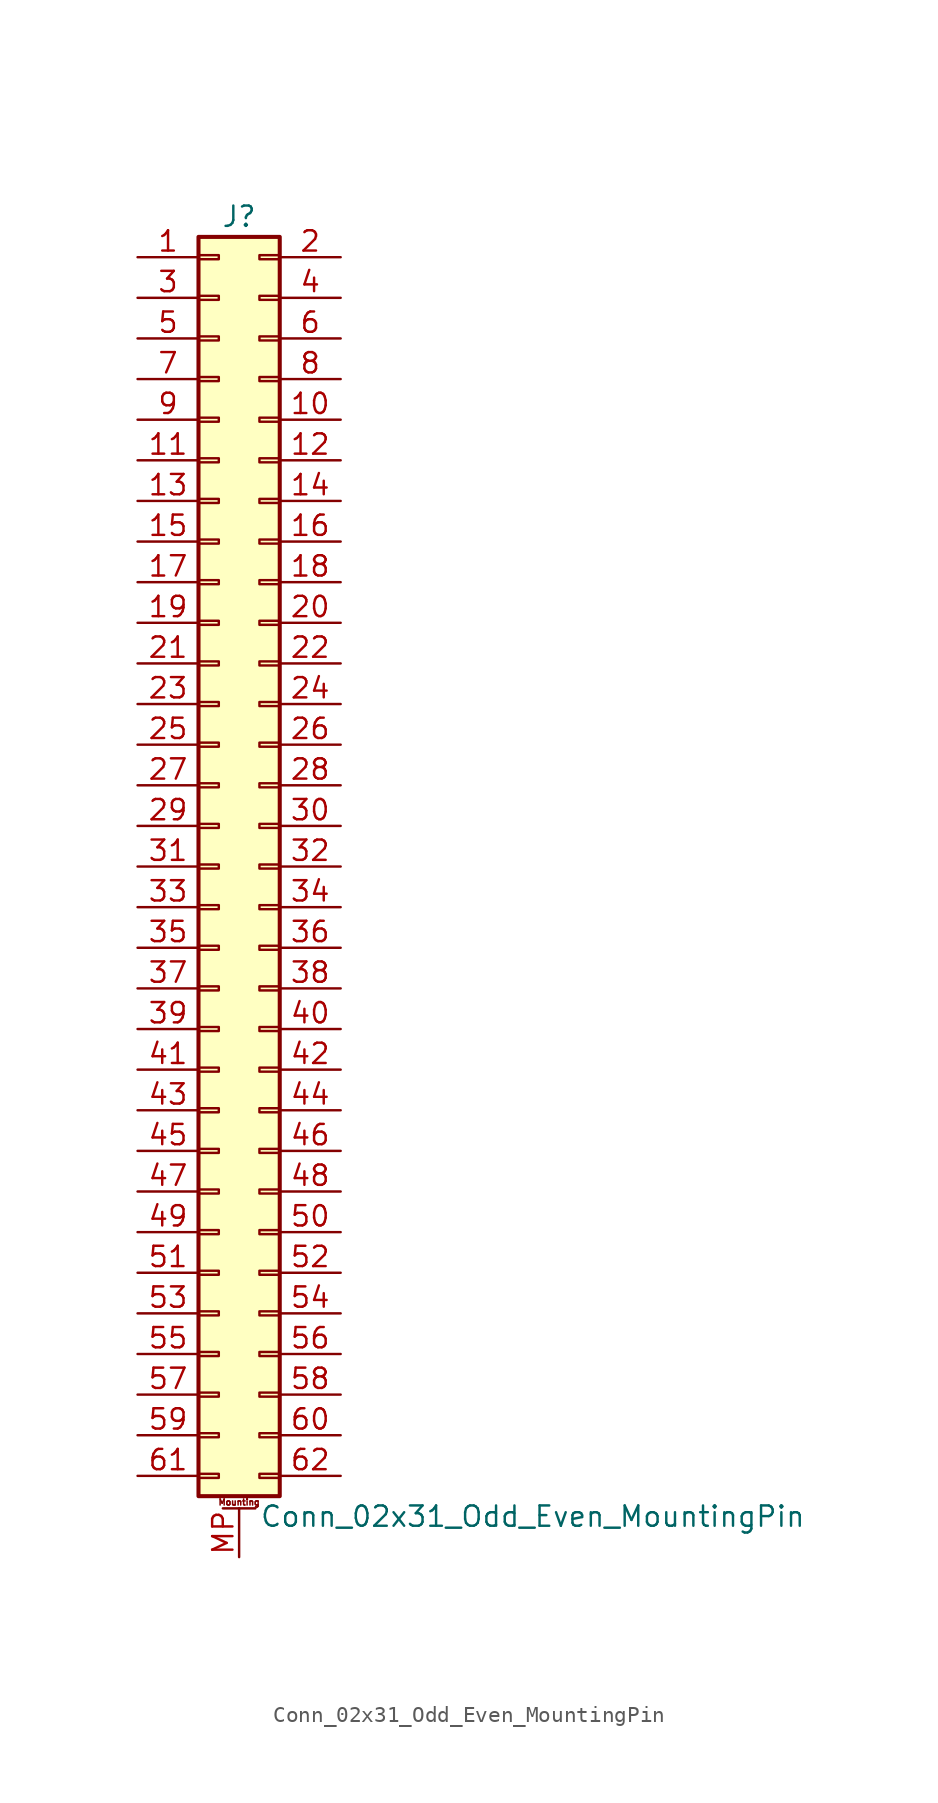
<source format=kicad_sym>
(kicad_symbol_lib
  (version 20211014)
  (generator kicad_symbol_editor)
  (symbol "Conn_02x31_Odd_Even_MountingPin"
    (pin_names
      (offset 1.016) hide)
    (property "Reference" "J"
      (at 1.27 40.64 0)
      (effects (font (size 1.27 1.27))))
    (property "Value" "Conn_02x31_Odd_Even_MountingPin"
      (at 2.54 -40.64 0)
      (effects (font (size 1.27 1.27)) (justify left)))
    (symbol "Conn_02x31_Odd_Even_MountingPin_1_1"
      (rectangle (start -1.27 -37.973) (end 0 -38.227) (stroke (width 0.152) (type default) (color 0 0 0 0)) (fill (type none)))
      (rectangle (start -1.27 -35.433) (end 0 -35.687) (stroke (width 0.152) (type default) (color 0 0 0 0)) (fill (type none)))
      (rectangle (start -1.27 -32.893) (end 0 -33.147) (stroke (width 0.152) (type default) (color 0 0 0 0)) (fill (type none)))
      (rectangle (start -1.27 -30.353) (end 0 -30.607) (stroke (width 0.152) (type default) (color 0 0 0 0)) (fill (type none)))
      (rectangle (start -1.27 -27.813) (end 0 -28.067) (stroke (width 0.152) (type default) (color 0 0 0 0)) (fill (type none)))
      (rectangle (start -1.27 -25.273) (end 0 -25.527) (stroke (width 0.152) (type default) (color 0 0 0 0)) (fill (type none)))
      (rectangle (start -1.27 -22.733) (end 0 -22.987) (stroke (width 0.152) (type default) (color 0 0 0 0)) (fill (type none)))
      (rectangle (start -1.27 -20.193) (end 0 -20.447) (stroke (width 0.152) (type default) (color 0 0 0 0)) (fill (type none)))
      (rectangle (start -1.27 -17.653) (end 0 -17.907) (stroke (width 0.152) (type default) (color 0 0 0 0)) (fill (type none)))
      (rectangle (start -1.27 -15.113) (end 0 -15.367) (stroke (width 0.152) (type default) (color 0 0 0 0)) (fill (type none)))
      (rectangle (start -1.27 -12.573) (end 0 -12.827) (stroke (width 0.152) (type default) (color 0 0 0 0)) (fill (type none)))
      (rectangle (start -1.27 -10.033) (end 0 -10.287) (stroke (width 0.152) (type default) (color 0 0 0 0)) (fill (type none)))
      (rectangle (start -1.27 -7.493) (end 0 -7.747) (stroke (width 0.152) (type default) (color 0 0 0 0)) (fill (type none)))
      (rectangle (start -1.27 -4.953) (end 0 -5.207) (stroke (width 0.152) (type default) (color 0 0 0 0)) (fill (type none)))
      (rectangle (start -1.27 -2.413) (end 0 -2.667) (stroke (width 0.152) (type default) (color 0 0 0 0)) (fill (type none)))
      (rectangle (start -1.27 0.127) (end 0 -0.127) (stroke (width 0.152) (type default) (color 0 0 0 0)) (fill (type none)))
      (rectangle (start -1.27 2.667) (end 0 2.413) (stroke (width 0.152) (type default) (color 0 0 0 0)) (fill (type none)))
      (rectangle (start -1.27 5.207) (end 0 4.953) (stroke (width 0.152) (type default) (color 0 0 0 0)) (fill (type none)))
      (rectangle (start -1.27 7.747) (end 0 7.493) (stroke (width 0.152) (type default) (color 0 0 0 0)) (fill (type none)))
      (rectangle (start -1.27 10.287) (end 0 10.033) (stroke (width 0.152) (type default) (color 0 0 0 0)) (fill (type none)))
      (rectangle (start -1.27 12.827) (end 0 12.573) (stroke (width 0.152) (type default) (color 0 0 0 0)) (fill (type none)))
      (rectangle (start -1.27 15.367) (end 0 15.113) (stroke (width 0.152) (type default) (color 0 0 0 0)) (fill (type none)))
      (rectangle (start -1.27 17.907) (end 0 17.653) (stroke (width 0.152) (type default) (color 0 0 0 0)) (fill (type none)))
      (rectangle (start -1.27 20.447) (end 0 20.193) (stroke (width 0.152) (type default) (color 0 0 0 0)) (fill (type none)))
      (rectangle (start -1.27 22.987) (end 0 22.733) (stroke (width 0.152) (type default) (color 0 0 0 0)) (fill (type none)))
      (rectangle (start -1.27 25.527) (end 0 25.273) (stroke (width 0.152) (type default) (color 0 0 0 0)) (fill (type none)))
      (rectangle (start -1.27 28.067) (end 0 27.813) (stroke (width 0.152) (type default) (color 0 0 0 0)) (fill (type none)))
      (rectangle (start -1.27 30.607) (end 0 30.353) (stroke (width 0.152) (type default) (color 0 0 0 0)) (fill (type none)))
      (rectangle (start -1.27 33.147) (end 0 32.893) (stroke (width 0.152) (type default) (color 0 0 0 0)) (fill (type none)))
      (rectangle (start -1.27 35.687) (end 0 35.433) (stroke (width 0.152) (type default) (color 0 0 0 0)) (fill (type none)))
      (rectangle (start -1.27 38.227) (end 0 37.973) (stroke (width 0.152) (type default) (color 0 0 0 0)) (fill (type none)))
      (rectangle (start -1.27 39.37) (end 3.81 -39.37) (stroke (width 0.254) (type default) (color 0 0 0 0)) (fill (type background)))
      (polyline (pts (xy 0.254 -40.132) (xy 2.286 -40.132)) (stroke (width 0.152) (type default) (color 0 0 0 0)) (fill (type none)))
      (rectangle (start 3.81 -37.973) (end 2.54 -38.227) (stroke (width 0.152) (type default) (color 0 0 0 0)) (fill (type none)))
      (rectangle (start 3.81 -35.433) (end 2.54 -35.687) (stroke (width 0.152) (type default) (color 0 0 0 0)) (fill (type none)))
      (rectangle (start 3.81 -32.893) (end 2.54 -33.147) (stroke (width 0.152) (type default) (color 0 0 0 0)) (fill (type none)))
      (rectangle (start 3.81 -30.353) (end 2.54 -30.607) (stroke (width 0.152) (type default) (color 0 0 0 0)) (fill (type none)))
      (rectangle (start 3.81 -27.813) (end 2.54 -28.067) (stroke (width 0.152) (type default) (color 0 0 0 0)) (fill (type none)))
      (rectangle (start 3.81 -25.273) (end 2.54 -25.527) (stroke (width 0.152) (type default) (color 0 0 0 0)) (fill (type none)))
      (rectangle (start 3.81 -22.733) (end 2.54 -22.987) (stroke (width 0.152) (type default) (color 0 0 0 0)) (fill (type none)))
      (rectangle (start 3.81 -20.193) (end 2.54 -20.447) (stroke (width 0.152) (type default) (color 0 0 0 0)) (fill (type none)))
      (rectangle (start 3.81 -17.653) (end 2.54 -17.907) (stroke (width 0.152) (type default) (color 0 0 0 0)) (fill (type none)))
      (rectangle (start 3.81 -15.113) (end 2.54 -15.367) (stroke (width 0.152) (type default) (color 0 0 0 0)) (fill (type none)))
      (rectangle (start 3.81 -12.573) (end 2.54 -12.827) (stroke (width 0.152) (type default) (color 0 0 0 0)) (fill (type none)))
      (rectangle (start 3.81 -10.033) (end 2.54 -10.287) (stroke (width 0.152) (type default) (color 0 0 0 0)) (fill (type none)))
      (rectangle (start 3.81 -7.493) (end 2.54 -7.747) (stroke (width 0.152) (type default) (color 0 0 0 0)) (fill (type none)))
      (rectangle (start 3.81 -4.953) (end 2.54 -5.207) (stroke (width 0.152) (type default) (color 0 0 0 0)) (fill (type none)))
      (rectangle (start 3.81 -2.413) (end 2.54 -2.667) (stroke (width 0.152) (type default) (color 0 0 0 0)) (fill (type none)))
      (rectangle (start 3.81 0.127) (end 2.54 -0.127) (stroke (width 0.152) (type default) (color 0 0 0 0)) (fill (type none)))
      (rectangle (start 3.81 2.667) (end 2.54 2.413) (stroke (width 0.152) (type default) (color 0 0 0 0)) (fill (type none)))
      (rectangle (start 3.81 5.207) (end 2.54 4.953) (stroke (width 0.152) (type default) (color 0 0 0 0)) (fill (type none)))
      (rectangle (start 3.81 7.747) (end 2.54 7.493) (stroke (width 0.152) (type default) (color 0 0 0 0)) (fill (type none)))
      (rectangle (start 3.81 10.287) (end 2.54 10.033) (stroke (width 0.152) (type default) (color 0 0 0 0)) (fill (type none)))
      (rectangle (start 3.81 12.827) (end 2.54 12.573) (stroke (width 0.152) (type default) (color 0 0 0 0)) (fill (type none)))
      (rectangle (start 3.81 15.367) (end 2.54 15.113) (stroke (width 0.152) (type default) (color 0 0 0 0)) (fill (type none)))
      (rectangle (start 3.81 17.907) (end 2.54 17.653) (stroke (width 0.152) (type default) (color 0 0 0 0)) (fill (type none)))
      (rectangle (start 3.81 20.447) (end 2.54 20.193) (stroke (width 0.152) (type default) (color 0 0 0 0)) (fill (type none)))
      (rectangle (start 3.81 22.987) (end 2.54 22.733) (stroke (width 0.152) (type default) (color 0 0 0 0)) (fill (type none)))
      (rectangle (start 3.81 25.527) (end 2.54 25.273) (stroke (width 0.152) (type default) (color 0 0 0 0)) (fill (type none)))
      (rectangle (start 3.81 28.067) (end 2.54 27.813) (stroke (width 0.152) (type default) (color 0 0 0 0)) (fill (type none)))
      (rectangle (start 3.81 30.607) (end 2.54 30.353) (stroke (width 0.152) (type default) (color 0 0 0 0)) (fill (type none)))
      (rectangle (start 3.81 33.147) (end 2.54 32.893) (stroke (width 0.152) (type default) (color 0 0 0 0)) (fill (type none)))
      (rectangle (start 3.81 35.687) (end 2.54 35.433) (stroke (width 0.152) (type default) (color 0 0 0 0)) (fill (type none)))
      (rectangle (start 3.81 38.227) (end 2.54 37.973) (stroke (width 0.152) (type default) (color 0 0 0 0)) (fill (type none)))
      (text "Mounting" (at 1.27 -39.751 0) (effects (font (size 0.381 0.381))))
      (pin passive line (at -5.08 38.1 0) (length 3.81) (name "Pin_1" (effects (font (size 1.27 1.27)))) (number "1" (effects (font (size 1.27 1.27)))))
      (pin passive line (at 7.62 27.94 180) (length 3.81) (name "Pin_10" (effects (font (size 1.27 1.27)))) (number "10" (effects (font (size 1.27 1.27)))))
      (pin passive line (at -5.08 25.4 0) (length 3.81) (name "Pin_11" (effects (font (size 1.27 1.27)))) (number "11" (effects (font (size 1.27 1.27)))))
      (pin passive line (at 7.62 25.4 180) (length 3.81) (name "Pin_12" (effects (font (size 1.27 1.27)))) (number "12" (effects (font (size 1.27 1.27)))))
      (pin passive line (at -5.08 22.86 0) (length 3.81) (name "Pin_13" (effects (font (size 1.27 1.27)))) (number "13" (effects (font (size 1.27 1.27)))))
      (pin passive line (at 7.62 22.86 180) (length 3.81) (name "Pin_14" (effects (font (size 1.27 1.27)))) (number "14" (effects (font (size 1.27 1.27)))))
      (pin passive line (at -5.08 20.32 0) (length 3.81) (name "Pin_15" (effects (font (size 1.27 1.27)))) (number "15" (effects (font (size 1.27 1.27)))))
      (pin passive line (at 7.62 20.32 180) (length 3.81) (name "Pin_16" (effects (font (size 1.27 1.27)))) (number "16" (effects (font (size 1.27 1.27)))))
      (pin passive line (at -5.08 17.78 0) (length 3.81) (name "Pin_17" (effects (font (size 1.27 1.27)))) (number "17" (effects (font (size 1.27 1.27)))))
      (pin passive line (at 7.62 17.78 180) (length 3.81) (name "Pin_18" (effects (font (size 1.27 1.27)))) (number "18" (effects (font (size 1.27 1.27)))))
      (pin passive line (at -5.08 15.24 0) (length 3.81) (name "Pin_19" (effects (font (size 1.27 1.27)))) (number "19" (effects (font (size 1.27 1.27)))))
      (pin passive line (at 7.62 38.1 180) (length 3.81) (name "Pin_2" (effects (font (size 1.27 1.27)))) (number "2" (effects (font (size 1.27 1.27)))))
      (pin passive line (at 7.62 15.24 180) (length 3.81) (name "Pin_20" (effects (font (size 1.27 1.27)))) (number "20" (effects (font (size 1.27 1.27)))))
      (pin passive line (at -5.08 12.7 0) (length 3.81) (name "Pin_21" (effects (font (size 1.27 1.27)))) (number "21" (effects (font (size 1.27 1.27)))))
      (pin passive line (at 7.62 12.7 180) (length 3.81) (name "Pin_22" (effects (font (size 1.27 1.27)))) (number "22" (effects (font (size 1.27 1.27)))))
      (pin passive line (at -5.08 10.16 0) (length 3.81) (name "Pin_23" (effects (font (size 1.27 1.27)))) (number "23" (effects (font (size 1.27 1.27)))))
      (pin passive line (at 7.62 10.16 180) (length 3.81) (name "Pin_24" (effects (font (size 1.27 1.27)))) (number "24" (effects (font (size 1.27 1.27)))))
      (pin passive line (at -5.08 7.62 0) (length 3.81) (name "Pin_25" (effects (font (size 1.27 1.27)))) (number "25" (effects (font (size 1.27 1.27)))))
      (pin passive line (at 7.62 7.62 180) (length 3.81) (name "Pin_26" (effects (font (size 1.27 1.27)))) (number "26" (effects (font (size 1.27 1.27)))))
      (pin passive line (at -5.08 5.08 0) (length 3.81) (name "Pin_27" (effects (font (size 1.27 1.27)))) (number "27" (effects (font (size 1.27 1.27)))))
      (pin passive line (at 7.62 5.08 180) (length 3.81) (name "Pin_28" (effects (font (size 1.27 1.27)))) (number "28" (effects (font (size 1.27 1.27)))))
      (pin passive line (at -5.08 2.54 0) (length 3.81) (name "Pin_29" (effects (font (size 1.27 1.27)))) (number "29" (effects (font (size 1.27 1.27)))))
      (pin passive line (at -5.08 35.56 0) (length 3.81) (name "Pin_3" (effects (font (size 1.27 1.27)))) (number "3" (effects (font (size 1.27 1.27)))))
      (pin passive line (at 7.62 2.54 180) (length 3.81) (name "Pin_30" (effects (font (size 1.27 1.27)))) (number "30" (effects (font (size 1.27 1.27)))))
      (pin passive line (at -5.08 0 0) (length 3.81) (name "Pin_31" (effects (font (size 1.27 1.27)))) (number "31" (effects (font (size 1.27 1.27)))))
      (pin passive line (at 7.62 0 180) (length 3.81) (name "Pin_32" (effects (font (size 1.27 1.27)))) (number "32" (effects (font (size 1.27 1.27)))))
      (pin passive line (at -5.08 -2.54 0) (length 3.81) (name "Pin_33" (effects (font (size 1.27 1.27)))) (number "33" (effects (font (size 1.27 1.27)))))
      (pin passive line (at 7.62 -2.54 180) (length 3.81) (name "Pin_34" (effects (font (size 1.27 1.27)))) (number "34" (effects (font (size 1.27 1.27)))))
      (pin passive line (at -5.08 -5.08 0) (length 3.81) (name "Pin_35" (effects (font (size 1.27 1.27)))) (number "35" (effects (font (size 1.27 1.27)))))
      (pin passive line (at 7.62 -5.08 180) (length 3.81) (name "Pin_36" (effects (font (size 1.27 1.27)))) (number "36" (effects (font (size 1.27 1.27)))))
      (pin passive line (at -5.08 -7.62 0) (length 3.81) (name "Pin_37" (effects (font (size 1.27 1.27)))) (number "37" (effects (font (size 1.27 1.27)))))
      (pin passive line (at 7.62 -7.62 180) (length 3.81) (name "Pin_38" (effects (font (size 1.27 1.27)))) (number "38" (effects (font (size 1.27 1.27)))))
      (pin passive line (at -5.08 -10.16 0) (length 3.81) (name "Pin_39" (effects (font (size 1.27 1.27)))) (number "39" (effects (font (size 1.27 1.27)))))
      (pin passive line (at 7.62 35.56 180) (length 3.81) (name "Pin_4" (effects (font (size 1.27 1.27)))) (number "4" (effects (font (size 1.27 1.27)))))
      (pin passive line (at 7.62 -10.16 180) (length 3.81) (name "Pin_40" (effects (font (size 1.27 1.27)))) (number "40" (effects (font (size 1.27 1.27)))))
      (pin passive line (at -5.08 -12.7 0) (length 3.81) (name "Pin_41" (effects (font (size 1.27 1.27)))) (number "41" (effects (font (size 1.27 1.27)))))
      (pin passive line (at 7.62 -12.7 180) (length 3.81) (name "Pin_42" (effects (font (size 1.27 1.27)))) (number "42" (effects (font (size 1.27 1.27)))))
      (pin passive line (at -5.08 -15.24 0) (length 3.81) (name "Pin_43" (effects (font (size 1.27 1.27)))) (number "43" (effects (font (size 1.27 1.27)))))
      (pin passive line (at 7.62 -15.24 180) (length 3.81) (name "Pin_44" (effects (font (size 1.27 1.27)))) (number "44" (effects (font (size 1.27 1.27)))))
      (pin passive line (at -5.08 -17.78 0) (length 3.81) (name "Pin_45" (effects (font (size 1.27 1.27)))) (number "45" (effects (font (size 1.27 1.27)))))
      (pin passive line (at 7.62 -17.78 180) (length 3.81) (name "Pin_46" (effects (font (size 1.27 1.27)))) (number "46" (effects (font (size 1.27 1.27)))))
      (pin passive line (at -5.08 -20.32 0) (length 3.81) (name "Pin_47" (effects (font (size 1.27 1.27)))) (number "47" (effects (font (size 1.27 1.27)))))
      (pin passive line (at 7.62 -20.32 180) (length 3.81) (name "Pin_48" (effects (font (size 1.27 1.27)))) (number "48" (effects (font (size 1.27 1.27)))))
      (pin passive line (at -5.08 -22.86 0) (length 3.81) (name "Pin_49" (effects (font (size 1.27 1.27)))) (number "49" (effects (font (size 1.27 1.27)))))
      (pin passive line (at -5.08 33.02 0) (length 3.81) (name "Pin_5" (effects (font (size 1.27 1.27)))) (number "5" (effects (font (size 1.27 1.27)))))
      (pin passive line (at 7.62 -22.86 180) (length 3.81) (name "Pin_50" (effects (font (size 1.27 1.27)))) (number "50" (effects (font (size 1.27 1.27)))))
      (pin passive line (at -5.08 -25.4 0) (length 3.81) (name "Pin_51" (effects (font (size 1.27 1.27)))) (number "51" (effects (font (size 1.27 1.27)))))
      (pin passive line (at 7.62 -25.4 180) (length 3.81) (name "Pin_52" (effects (font (size 1.27 1.27)))) (number "52" (effects (font (size 1.27 1.27)))))
      (pin passive line (at -5.08 -27.94 0) (length 3.81) (name "Pin_53" (effects (font (size 1.27 1.27)))) (number "53" (effects (font (size 1.27 1.27)))))
      (pin passive line (at 7.62 -27.94 180) (length 3.81) (name "Pin_54" (effects (font (size 1.27 1.27)))) (number "54" (effects (font (size 1.27 1.27)))))
      (pin passive line (at -5.08 -30.48 0) (length 3.81) (name "Pin_55" (effects (font (size 1.27 1.27)))) (number "55" (effects (font (size 1.27 1.27)))))
      (pin passive line (at 7.62 -30.48 180) (length 3.81) (name "Pin_56" (effects (font (size 1.27 1.27)))) (number "56" (effects (font (size 1.27 1.27)))))
      (pin passive line (at -5.08 -33.02 0) (length 3.81) (name "Pin_57" (effects (font (size 1.27 1.27)))) (number "57" (effects (font (size 1.27 1.27)))))
      (pin passive line (at 7.62 -33.02 180) (length 3.81) (name "Pin_58" (effects (font (size 1.27 1.27)))) (number "58" (effects (font (size 1.27 1.27)))))
      (pin passive line (at -5.08 -35.56 0) (length 3.81) (name "Pin_59" (effects (font (size 1.27 1.27)))) (number "59" (effects (font (size 1.27 1.27)))))
      (pin passive line (at 7.62 33.02 180) (length 3.81) (name "Pin_6" (effects (font (size 1.27 1.27)))) (number "6" (effects (font (size 1.27 1.27)))))
      (pin passive line (at 7.62 -35.56 180) (length 3.81) (name "Pin_60" (effects (font (size 1.27 1.27)))) (number "60" (effects (font (size 1.27 1.27)))))
      (pin passive line (at -5.08 -38.1 0) (length 3.81) (name "Pin_61" (effects (font (size 1.27 1.27)))) (number "61" (effects (font (size 1.27 1.27)))))
      (pin passive line (at 7.62 -38.1 180) (length 3.81) (name "Pin_62" (effects (font (size 1.27 1.27)))) (number "62" (effects (font (size 1.27 1.27)))))
      (pin passive line (at -5.08 30.48 0) (length 3.81) (name "Pin_7" (effects (font (size 1.27 1.27)))) (number "7" (effects (font (size 1.27 1.27)))))
      (pin passive line (at 7.62 30.48 180) (length 3.81) (name "Pin_8" (effects (font (size 1.27 1.27)))) (number "8" (effects (font (size 1.27 1.27)))))
      (pin passive line (at -5.08 27.94 0) (length 3.81) (name "Pin_9" (effects (font (size 1.27 1.27)))) (number "9" (effects (font (size 1.27 1.27)))))
      (pin passive line (at 1.27 -43.18 90) (length 3.048) (name "MountPin" (effects (font (size 1.27 1.27)))) (number "MP" (effects (font (size 1.27 1.27))))))))
</source>
